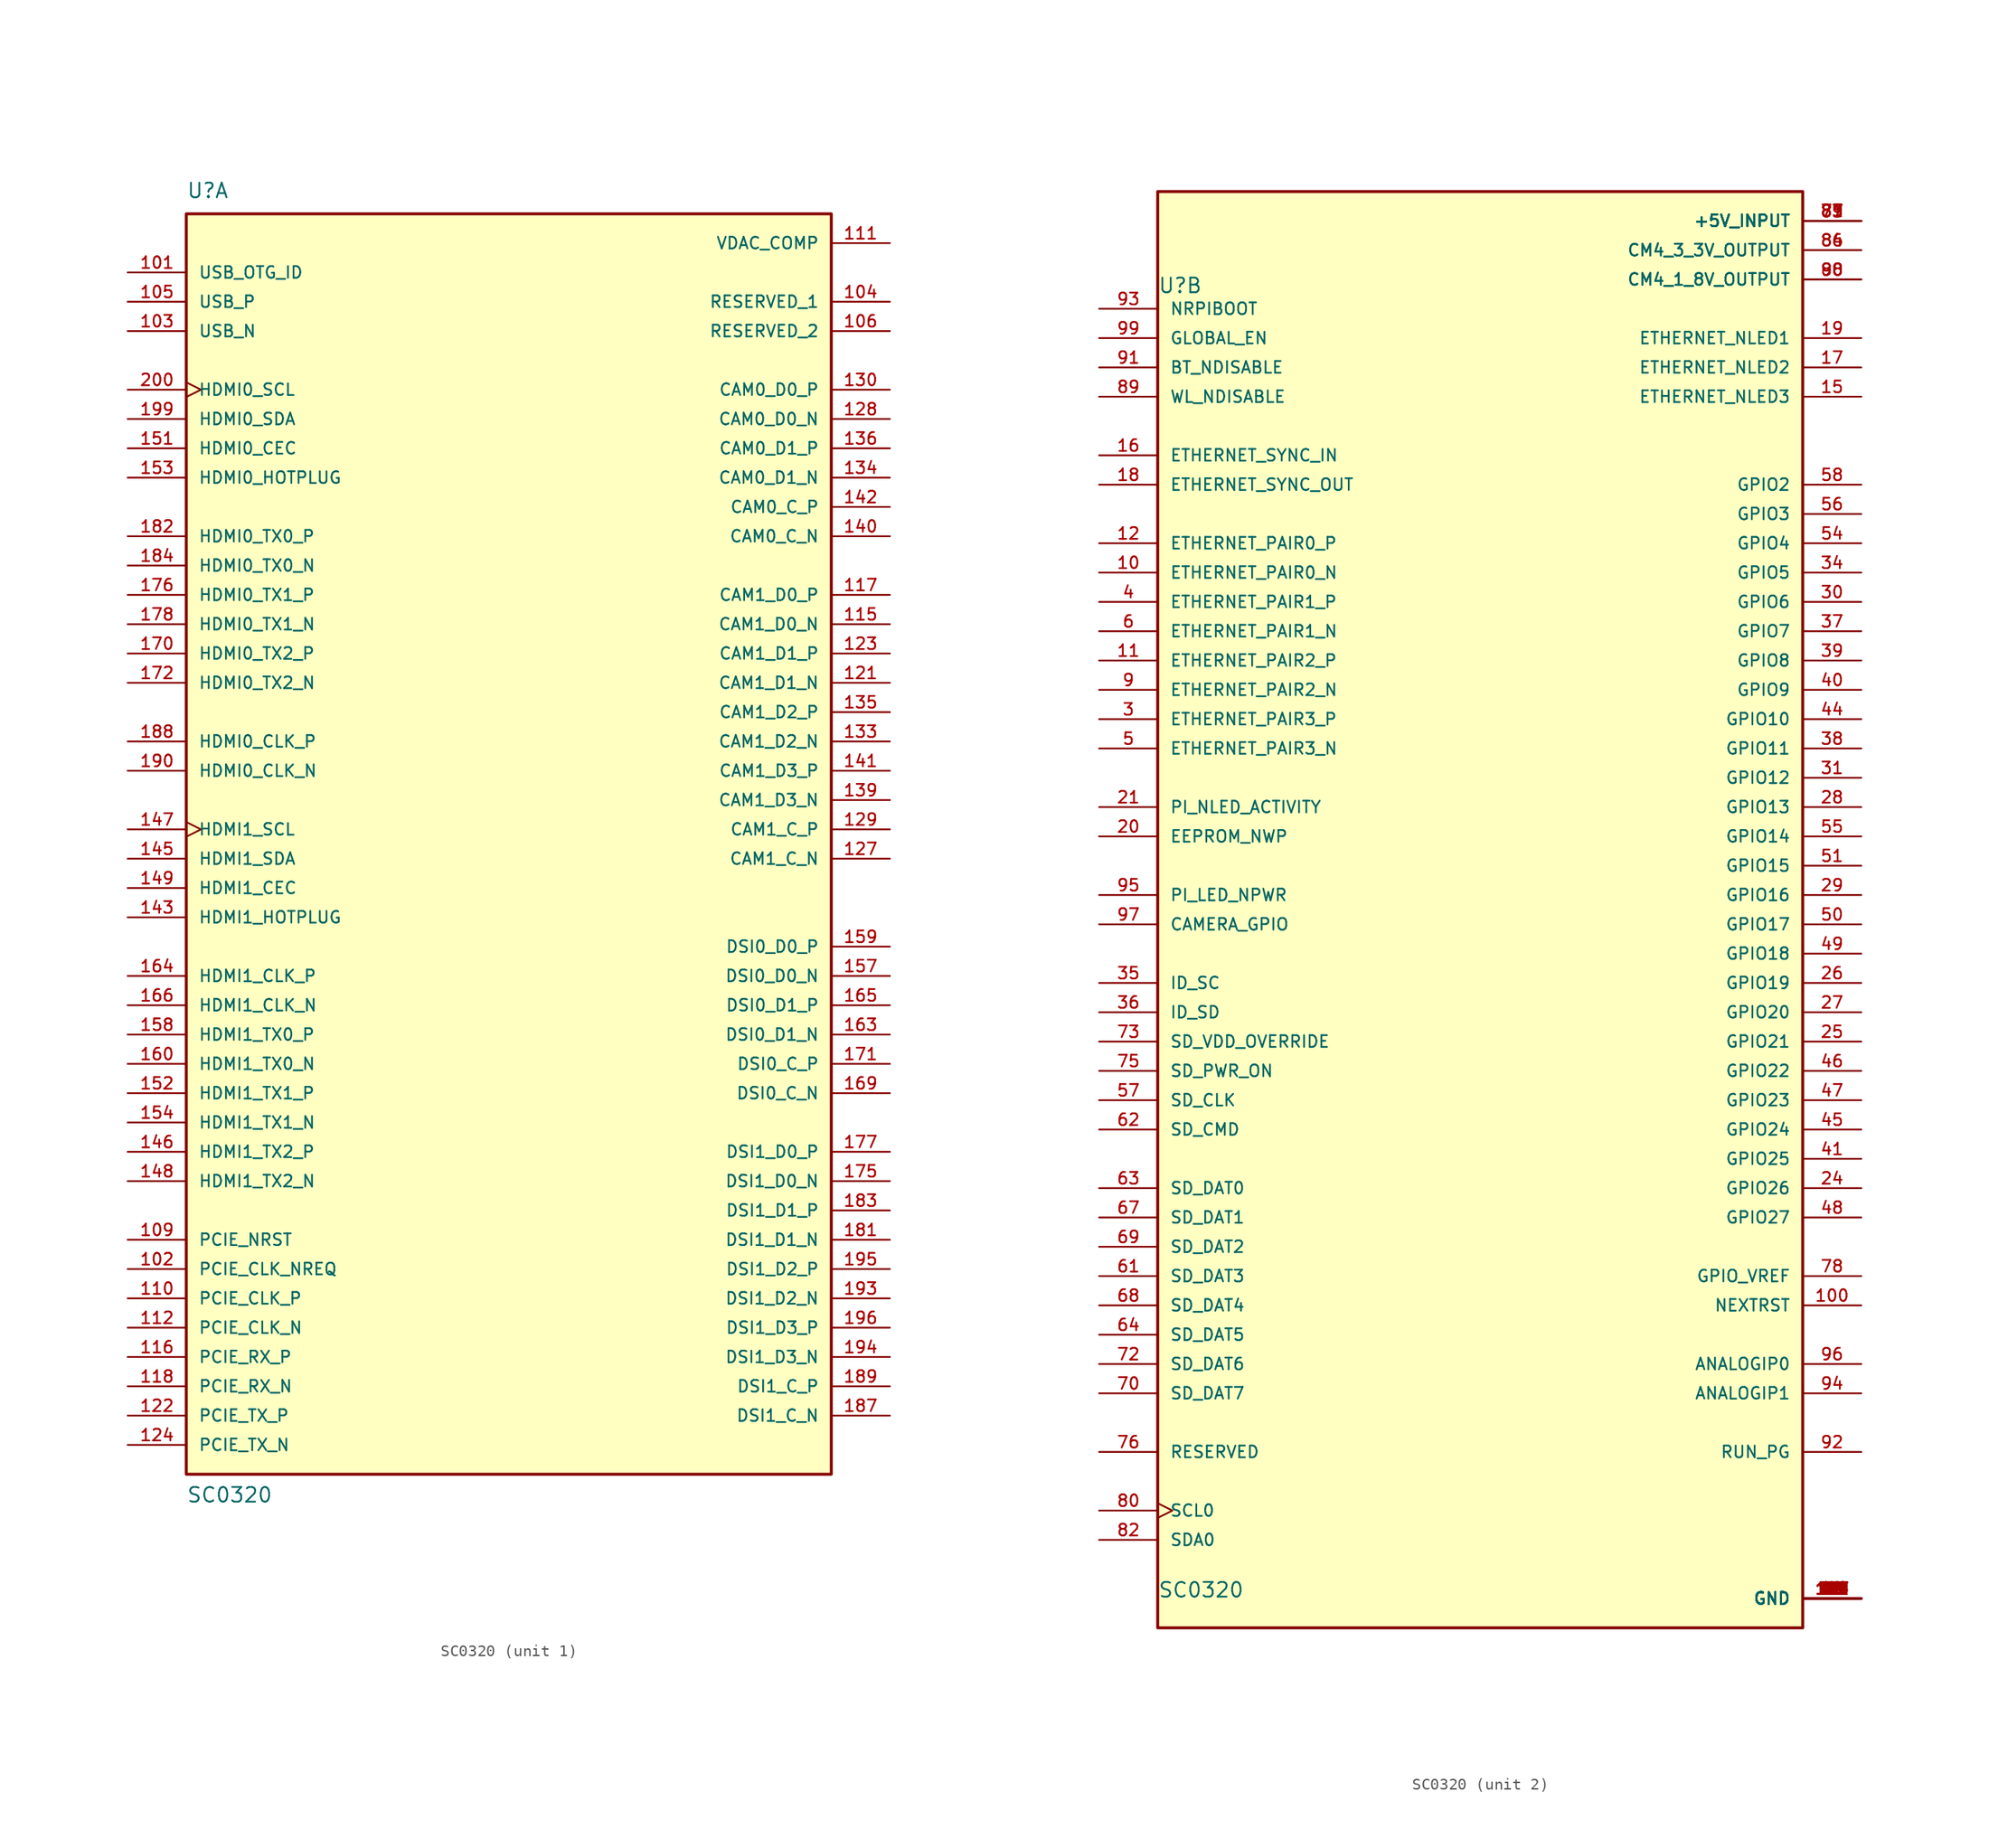
<source format=kicad_sym>
(kicad_symbol_lib
  (version 20211014)
  (generator kicad_symbol_editor)
  (symbol "SC0320"
    (pin_names
      (offset 1.016))
    (property "Reference" "U"
      (at -27.94 57.15 0)
      (effects (font (size 1.27 1.27)) (justify bottom left)))
    (property "Value" "SC0320"
      (at -27.94 -55.88 0)
      (effects (font (size 1.27 1.27)) (justify bottom left)))
    (symbol "SC0320_1_0"
      (rectangle (start -27.94 -53.34) (end 27.94 55.88) (stroke (width 0.254)) (fill (type background)))
      (pin input line (at -33.02 50.8 0) (length 5.08) (name "USB_OTG_ID" (effects (font (size 1.016 1.016)))) (number "101" (effects (font (size 1.016 1.016)))))
      (pin bidirectional line (at -33.02 -35.56 0) (length 5.08) (name "PCIE_CLK_NREQ" (effects (font (size 1.016 1.016)))) (number "102" (effects (font (size 1.016 1.016)))))
      (pin bidirectional line (at -33.02 45.72 0) (length 5.08) (name "USB_N" (effects (font (size 1.016 1.016)))) (number "103" (effects (font (size 1.016 1.016)))))
      (pin bidirectional line (at 33.02 48.26 180.0) (length 5.08) (name "RESERVED_1" (effects (font (size 1.016 1.016)))) (number "104" (effects (font (size 1.016 1.016)))))
      (pin bidirectional line (at -33.02 48.26 0) (length 5.08) (name "USB_P" (effects (font (size 1.016 1.016)))) (number "105" (effects (font (size 1.016 1.016)))))
      (pin bidirectional line (at 33.02 45.72 180.0) (length 5.08) (name "RESERVED_2" (effects (font (size 1.016 1.016)))) (number "106" (effects (font (size 1.016 1.016)))))
      (pin input line (at -33.02 -33.02 0) (length 5.08) (name "PCIE_NRST" (effects (font (size 1.016 1.016)))) (number "109" (effects (font (size 1.016 1.016)))))
      (pin output line (at -33.02 -38.1 0) (length 5.08) (name "PCIE_CLK_P" (effects (font (size 1.016 1.016)))) (number "110" (effects (font (size 1.016 1.016)))))
      (pin bidirectional line (at 33.02 53.34 180.0) (length 5.08) (name "VDAC_COMP" (effects (font (size 1.016 1.016)))) (number "111" (effects (font (size 1.016 1.016)))))
      (pin output line (at -33.02 -40.64 0) (length 5.08) (name "PCIE_CLK_N" (effects (font (size 1.016 1.016)))) (number "112" (effects (font (size 1.016 1.016)))))
      (pin input line (at 33.02 20.32 180.0) (length 5.08) (name "CAM1_D0_N" (effects (font (size 1.016 1.016)))) (number "115" (effects (font (size 1.016 1.016)))))
      (pin input line (at -33.02 -43.18 0) (length 5.08) (name "PCIE_RX_P" (effects (font (size 1.016 1.016)))) (number "116" (effects (font (size 1.016 1.016)))))
      (pin input line (at 33.02 22.86 180.0) (length 5.08) (name "CAM1_D0_P" (effects (font (size 1.016 1.016)))) (number "117" (effects (font (size 1.016 1.016)))))
      (pin input line (at -33.02 -45.72 0) (length 5.08) (name "PCIE_RX_N" (effects (font (size 1.016 1.016)))) (number "118" (effects (font (size 1.016 1.016)))))
      (pin input line (at 33.02 15.24 180.0) (length 5.08) (name "CAM1_D1_N" (effects (font (size 1.016 1.016)))) (number "121" (effects (font (size 1.016 1.016)))))
      (pin output line (at -33.02 -48.26 0) (length 5.08) (name "PCIE_TX_P" (effects (font (size 1.016 1.016)))) (number "122" (effects (font (size 1.016 1.016)))))
      (pin input line (at 33.02 17.78 180.0) (length 5.08) (name "CAM1_D1_P" (effects (font (size 1.016 1.016)))) (number "123" (effects (font (size 1.016 1.016)))))
      (pin output line (at -33.02 -50.8 0) (length 5.08) (name "PCIE_TX_N" (effects (font (size 1.016 1.016)))) (number "124" (effects (font (size 1.016 1.016)))))
      (pin input line (at 33.02 0.0 180.0) (length 5.08) (name "CAM1_C_N" (effects (font (size 1.016 1.016)))) (number "127" (effects (font (size 1.016 1.016)))))
      (pin input line (at 33.02 38.1 180.0) (length 5.08) (name "CAM0_D0_N" (effects (font (size 1.016 1.016)))) (number "128" (effects (font (size 1.016 1.016)))))
      (pin input line (at 33.02 2.54 180.0) (length 5.08) (name "CAM1_C_P" (effects (font (size 1.016 1.016)))) (number "129" (effects (font (size 1.016 1.016)))))
      (pin input line (at 33.02 40.64 180.0) (length 5.08) (name "CAM0_D0_P" (effects (font (size 1.016 1.016)))) (number "130" (effects (font (size 1.016 1.016)))))
      (pin input line (at 33.02 10.16 180.0) (length 5.08) (name "CAM1_D2_N" (effects (font (size 1.016 1.016)))) (number "133" (effects (font (size 1.016 1.016)))))
      (pin input line (at 33.02 33.02 180.0) (length 5.08) (name "CAM0_D1_N" (effects (font (size 1.016 1.016)))) (number "134" (effects (font (size 1.016 1.016)))))
      (pin input line (at 33.02 12.7 180.0) (length 5.08) (name "CAM1_D2_P" (effects (font (size 1.016 1.016)))) (number "135" (effects (font (size 1.016 1.016)))))
      (pin input line (at 33.02 35.56 180.0) (length 5.08) (name "CAM0_D1_P" (effects (font (size 1.016 1.016)))) (number "136" (effects (font (size 1.016 1.016)))))
      (pin input line (at 33.02 5.08 180.0) (length 5.08) (name "CAM1_D3_N" (effects (font (size 1.016 1.016)))) (number "139" (effects (font (size 1.016 1.016)))))
      (pin input line (at 33.02 27.94 180.0) (length 5.08) (name "CAM0_C_N" (effects (font (size 1.016 1.016)))) (number "140" (effects (font (size 1.016 1.016)))))
      (pin input line (at 33.02 7.62 180.0) (length 5.08) (name "CAM1_D3_P" (effects (font (size 1.016 1.016)))) (number "141" (effects (font (size 1.016 1.016)))))
      (pin input line (at 33.02 30.48 180.0) (length 5.08) (name "CAM0_C_P" (effects (font (size 1.016 1.016)))) (number "142" (effects (font (size 1.016 1.016)))))
      (pin input line (at -33.02 -5.08 0) (length 5.08) (name "HDMI1_HOTPLUG" (effects (font (size 1.016 1.016)))) (number "143" (effects (font (size 1.016 1.016)))))
      (pin bidirectional line (at -33.02 0.0 0) (length 5.08) (name "HDMI1_SDA" (effects (font (size 1.016 1.016)))) (number "145" (effects (font (size 1.016 1.016)))))
      (pin output line (at -33.02 -25.4 0) (length 5.08) (name "HDMI1_TX2_P" (effects (font (size 1.016 1.016)))) (number "146" (effects (font (size 1.016 1.016)))))
      (pin input clock (at -33.02 2.54 0) (length 5.08) (name "HDMI1_SCL" (effects (font (size 1.016 1.016)))) (number "147" (effects (font (size 1.016 1.016)))))
      (pin output line (at -33.02 -27.94 0) (length 5.08) (name "HDMI1_TX2_N" (effects (font (size 1.016 1.016)))) (number "148" (effects (font (size 1.016 1.016)))))
      (pin input line (at -33.02 -2.54 0) (length 5.08) (name "HDMI1_CEC" (effects (font (size 1.016 1.016)))) (number "149" (effects (font (size 1.016 1.016)))))
      (pin input line (at -33.02 35.56 0) (length 5.08) (name "HDMI0_CEC" (effects (font (size 1.016 1.016)))) (number "151" (effects (font (size 1.016 1.016)))))
      (pin output line (at -33.02 -20.32 0) (length 5.08) (name "HDMI1_TX1_P" (effects (font (size 1.016 1.016)))) (number "152" (effects (font (size 1.016 1.016)))))
      (pin input line (at -33.02 33.02 0) (length 5.08) (name "HDMI0_HOTPLUG" (effects (font (size 1.016 1.016)))) (number "153" (effects (font (size 1.016 1.016)))))
      (pin output line (at -33.02 -22.86 0) (length 5.08) (name "HDMI1_TX1_N" (effects (font (size 1.016 1.016)))) (number "154" (effects (font (size 1.016 1.016)))))
      (pin output line (at 33.02 -10.16 180.0) (length 5.08) (name "DSI0_D0_N" (effects (font (size 1.016 1.016)))) (number "157" (effects (font (size 1.016 1.016)))))
      (pin output line (at -33.02 -15.24 0) (length 5.08) (name "HDMI1_TX0_P" (effects (font (size 1.016 1.016)))) (number "158" (effects (font (size 1.016 1.016)))))
      (pin output line (at 33.02 -7.62 180.0) (length 5.08) (name "DSI0_D0_P" (effects (font (size 1.016 1.016)))) (number "159" (effects (font (size 1.016 1.016)))))
      (pin output line (at -33.02 -17.78 0) (length 5.08) (name "HDMI1_TX0_N" (effects (font (size 1.016 1.016)))) (number "160" (effects (font (size 1.016 1.016)))))
      (pin output line (at 33.02 -15.24 180.0) (length 5.08) (name "DSI0_D1_N" (effects (font (size 1.016 1.016)))) (number "163" (effects (font (size 1.016 1.016)))))
      (pin output line (at -33.02 -10.16 0) (length 5.08) (name "HDMI1_CLK_P" (effects (font (size 1.016 1.016)))) (number "164" (effects (font (size 1.016 1.016)))))
      (pin output line (at 33.02 -12.7 180.0) (length 5.08) (name "DSI0_D1_P" (effects (font (size 1.016 1.016)))) (number "165" (effects (font (size 1.016 1.016)))))
      (pin output line (at -33.02 -12.7 0) (length 5.08) (name "HDMI1_CLK_N" (effects (font (size 1.016 1.016)))) (number "166" (effects (font (size 1.016 1.016)))))
      (pin output line (at 33.02 -20.32 180.0) (length 5.08) (name "DSI0_C_N" (effects (font (size 1.016 1.016)))) (number "169" (effects (font (size 1.016 1.016)))))
      (pin output line (at -33.02 17.78 0) (length 5.08) (name "HDMI0_TX2_P" (effects (font (size 1.016 1.016)))) (number "170" (effects (font (size 1.016 1.016)))))
      (pin output line (at 33.02 -17.78 180.0) (length 5.08) (name "DSI0_C_P" (effects (font (size 1.016 1.016)))) (number "171" (effects (font (size 1.016 1.016)))))
      (pin output line (at -33.02 15.24 0) (length 5.08) (name "HDMI0_TX2_N" (effects (font (size 1.016 1.016)))) (number "172" (effects (font (size 1.016 1.016)))))
      (pin output line (at 33.02 -27.94 180.0) (length 5.08) (name "DSI1_D0_N" (effects (font (size 1.016 1.016)))) (number "175" (effects (font (size 1.016 1.016)))))
      (pin output line (at -33.02 22.86 0) (length 5.08) (name "HDMI0_TX1_P" (effects (font (size 1.016 1.016)))) (number "176" (effects (font (size 1.016 1.016)))))
      (pin output line (at 33.02 -25.4 180.0) (length 5.08) (name "DSI1_D0_P" (effects (font (size 1.016 1.016)))) (number "177" (effects (font (size 1.016 1.016)))))
      (pin output line (at -33.02 20.32 0) (length 5.08) (name "HDMI0_TX1_N" (effects (font (size 1.016 1.016)))) (number "178" (effects (font (size 1.016 1.016)))))
      (pin output line (at 33.02 -33.02 180.0) (length 5.08) (name "DSI1_D1_N" (effects (font (size 1.016 1.016)))) (number "181" (effects (font (size 1.016 1.016)))))
      (pin output line (at -33.02 27.94 0) (length 5.08) (name "HDMI0_TX0_P" (effects (font (size 1.016 1.016)))) (number "182" (effects (font (size 1.016 1.016)))))
      (pin output line (at 33.02 -30.48 180.0) (length 5.08) (name "DSI1_D1_P" (effects (font (size 1.016 1.016)))) (number "183" (effects (font (size 1.016 1.016)))))
      (pin output line (at -33.02 25.4 0) (length 5.08) (name "HDMI0_TX0_N" (effects (font (size 1.016 1.016)))) (number "184" (effects (font (size 1.016 1.016)))))
      (pin output line (at 33.02 -48.26 180.0) (length 5.08) (name "DSI1_C_N" (effects (font (size 1.016 1.016)))) (number "187" (effects (font (size 1.016 1.016)))))
      (pin bidirectional line (at -33.02 10.16 0) (length 5.08) (name "HDMI0_CLK_P" (effects (font (size 1.016 1.016)))) (number "188" (effects (font (size 1.016 1.016)))))
      (pin output line (at 33.02 -45.72 180.0) (length 5.08) (name "DSI1_C_P" (effects (font (size 1.016 1.016)))) (number "189" (effects (font (size 1.016 1.016)))))
      (pin bidirectional line (at -33.02 7.62 0) (length 5.08) (name "HDMI0_CLK_N" (effects (font (size 1.016 1.016)))) (number "190" (effects (font (size 1.016 1.016)))))
      (pin output line (at 33.02 -38.1 180.0) (length 5.08) (name "DSI1_D2_N" (effects (font (size 1.016 1.016)))) (number "193" (effects (font (size 1.016 1.016)))))
      (pin output line (at 33.02 -43.18 180.0) (length 5.08) (name "DSI1_D3_N" (effects (font (size 1.016 1.016)))) (number "194" (effects (font (size 1.016 1.016)))))
      (pin output line (at 33.02 -35.56 180.0) (length 5.08) (name "DSI1_D2_P" (effects (font (size 1.016 1.016)))) (number "195" (effects (font (size 1.016 1.016)))))
      (pin output line (at 33.02 -40.64 180.0) (length 5.08) (name "DSI1_D3_P" (effects (font (size 1.016 1.016)))) (number "196" (effects (font (size 1.016 1.016)))))
      (pin bidirectional line (at -33.02 38.1 0) (length 5.08) (name "HDMI0_SDA" (effects (font (size 1.016 1.016)))) (number "199" (effects (font (size 1.016 1.016)))))
      (pin input clock (at -33.02 40.64 0) (length 5.08) (name "HDMI0_SCL" (effects (font (size 1.016 1.016)))) (number "200" (effects (font (size 1.016 1.016))))))
    (symbol "SC0320_2_0"
      (rectangle (start -27.94 -58.42) (end 27.94 66.04) (stroke (width 0.254)) (fill (type background)))
      (pin bidirectional line (at -33.02 20.32 0) (length 5.08) (name "ETHERNET_PAIR3_P" (effects (font (size 1.016 1.016)))) (number "3" (effects (font (size 1.016 1.016)))))
      (pin bidirectional line (at -33.02 30.48 0) (length 5.08) (name "ETHERNET_PAIR1_P" (effects (font (size 1.016 1.016)))) (number "4" (effects (font (size 1.016 1.016)))))
      (pin bidirectional line (at -33.02 17.78 0) (length 5.08) (name "ETHERNET_PAIR3_N" (effects (font (size 1.016 1.016)))) (number "5" (effects (font (size 1.016 1.016)))))
      (pin bidirectional line (at -33.02 27.94 0) (length 5.08) (name "ETHERNET_PAIR1_N" (effects (font (size 1.016 1.016)))) (number "6" (effects (font (size 1.016 1.016)))))
      (pin bidirectional line (at -33.02 22.86 0) (length 5.08) (name "ETHERNET_PAIR2_N" (effects (font (size 1.016 1.016)))) (number "9" (effects (font (size 1.016 1.016)))))
      (pin bidirectional line (at -33.02 33.02 0) (length 5.08) (name "ETHERNET_PAIR0_N" (effects (font (size 1.016 1.016)))) (number "10" (effects (font (size 1.016 1.016)))))
      (pin bidirectional line (at -33.02 25.4 0) (length 5.08) (name "ETHERNET_PAIR2_P" (effects (font (size 1.016 1.016)))) (number "11" (effects (font (size 1.016 1.016)))))
      (pin bidirectional line (at -33.02 35.56 0) (length 5.08) (name "ETHERNET_PAIR0_P" (effects (font (size 1.016 1.016)))) (number "12" (effects (font (size 1.016 1.016)))))
      (pin output line (at 33.02 48.26 180.0) (length 5.08) (name "ETHERNET_NLED3" (effects (font (size 1.016 1.016)))) (number "15" (effects (font (size 1.016 1.016)))))
      (pin input line (at -33.02 43.18 0) (length 5.08) (name "ETHERNET_SYNC_IN" (effects (font (size 1.016 1.016)))) (number "16" (effects (font (size 1.016 1.016)))))
      (pin output line (at 33.02 50.8 180.0) (length 5.08) (name "ETHERNET_NLED2" (effects (font (size 1.016 1.016)))) (number "17" (effects (font (size 1.016 1.016)))))
      (pin output line (at -33.02 40.64 0) (length 5.08) (name "ETHERNET_SYNC_OUT" (effects (font (size 1.016 1.016)))) (number "18" (effects (font (size 1.016 1.016)))))
      (pin output line (at 33.02 53.34 180.0) (length 5.08) (name "ETHERNET_NLED1" (effects (font (size 1.016 1.016)))) (number "19" (effects (font (size 1.016 1.016)))))
      (pin passive line (at -33.02 10.16 0) (length 5.08) (name "EEPROM_NWP" (effects (font (size 1.016 1.016)))) (number "20" (effects (font (size 1.016 1.016)))))
      (pin bidirectional line (at -33.02 12.7 0) (length 5.08) (name "PI_NLED_ACTIVITY" (effects (font (size 1.016 1.016)))) (number "21" (effects (font (size 1.016 1.016)))))
      (pin bidirectional line (at 33.02 -20.32 180.0) (length 5.08) (name "GPIO26" (effects (font (size 1.016 1.016)))) (number "24" (effects (font (size 1.016 1.016)))))
      (pin bidirectional line (at 33.02 -7.62 180.0) (length 5.08) (name "GPIO21" (effects (font (size 1.016 1.016)))) (number "25" (effects (font (size 1.016 1.016)))))
      (pin bidirectional line (at 33.02 -2.54 180.0) (length 5.08) (name "GPIO19" (effects (font (size 1.016 1.016)))) (number "26" (effects (font (size 1.016 1.016)))))
      (pin bidirectional line (at 33.02 -5.08 180.0) (length 5.08) (name "GPIO20" (effects (font (size 1.016 1.016)))) (number "27" (effects (font (size 1.016 1.016)))))
      (pin bidirectional line (at 33.02 12.7 180.0) (length 5.08) (name "GPIO13" (effects (font (size 1.016 1.016)))) (number "28" (effects (font (size 1.016 1.016)))))
      (pin bidirectional line (at 33.02 5.08 180.0) (length 5.08) (name "GPIO16" (effects (font (size 1.016 1.016)))) (number "29" (effects (font (size 1.016 1.016)))))
      (pin bidirectional line (at 33.02 30.48 180.0) (length 5.08) (name "GPIO6" (effects (font (size 1.016 1.016)))) (number "30" (effects (font (size 1.016 1.016)))))
      (pin bidirectional line (at 33.02 15.24 180.0) (length 5.08) (name "GPIO12" (effects (font (size 1.016 1.016)))) (number "31" (effects (font (size 1.016 1.016)))))
      (pin bidirectional line (at 33.02 33.02 180.0) (length 5.08) (name "GPIO5" (effects (font (size 1.016 1.016)))) (number "34" (effects (font (size 1.016 1.016)))))
      (pin bidirectional line (at -33.02 -2.54 0) (length 5.08) (name "ID_SC" (effects (font (size 1.016 1.016)))) (number "35" (effects (font (size 1.016 1.016)))))
      (pin bidirectional line (at -33.02 -5.08 0) (length 5.08) (name "ID_SD" (effects (font (size 1.016 1.016)))) (number "36" (effects (font (size 1.016 1.016)))))
      (pin bidirectional line (at 33.02 27.94 180.0) (length 5.08) (name "GPIO7" (effects (font (size 1.016 1.016)))) (number "37" (effects (font (size 1.016 1.016)))))
      (pin bidirectional line (at 33.02 17.78 180.0) (length 5.08) (name "GPIO11" (effects (font (size 1.016 1.016)))) (number "38" (effects (font (size 1.016 1.016)))))
      (pin bidirectional line (at 33.02 25.4 180.0) (length 5.08) (name "GPIO8" (effects (font (size 1.016 1.016)))) (number "39" (effects (font (size 1.016 1.016)))))
      (pin bidirectional line (at 33.02 22.86 180.0) (length 5.08) (name "GPIO9" (effects (font (size 1.016 1.016)))) (number "40" (effects (font (size 1.016 1.016)))))
      (pin bidirectional line (at 33.02 -17.78 180.0) (length 5.08) (name "GPIO25" (effects (font (size 1.016 1.016)))) (number "41" (effects (font (size 1.016 1.016)))))
      (pin bidirectional line (at 33.02 20.32 180.0) (length 5.08) (name "GPIO10" (effects (font (size 1.016 1.016)))) (number "44" (effects (font (size 1.016 1.016)))))
      (pin bidirectional line (at 33.02 -15.24 180.0) (length 5.08) (name "GPIO24" (effects (font (size 1.016 1.016)))) (number "45" (effects (font (size 1.016 1.016)))))
      (pin bidirectional line (at 33.02 -10.16 180.0) (length 5.08) (name "GPIO22" (effects (font (size 1.016 1.016)))) (number "46" (effects (font (size 1.016 1.016)))))
      (pin bidirectional line (at 33.02 -12.7 180.0) (length 5.08) (name "GPIO23" (effects (font (size 1.016 1.016)))) (number "47" (effects (font (size 1.016 1.016)))))
      (pin bidirectional line (at 33.02 -22.86 180.0) (length 5.08) (name "GPIO27" (effects (font (size 1.016 1.016)))) (number "48" (effects (font (size 1.016 1.016)))))
      (pin bidirectional line (at 33.02 0.0 180.0) (length 5.08) (name "GPIO18" (effects (font (size 1.016 1.016)))) (number "49" (effects (font (size 1.016 1.016)))))
      (pin bidirectional line (at 33.02 2.54 180.0) (length 5.08) (name "GPIO17" (effects (font (size 1.016 1.016)))) (number "50" (effects (font (size 1.016 1.016)))))
      (pin bidirectional line (at 33.02 7.62 180.0) (length 5.08) (name "GPIO15" (effects (font (size 1.016 1.016)))) (number "51" (effects (font (size 1.016 1.016)))))
      (pin bidirectional line (at 33.02 35.56 180.0) (length 5.08) (name "GPIO4" (effects (font (size 1.016 1.016)))) (number "54" (effects (font (size 1.016 1.016)))))
      (pin bidirectional line (at 33.02 10.16 180.0) (length 5.08) (name "GPIO14" (effects (font (size 1.016 1.016)))) (number "55" (effects (font (size 1.016 1.016)))))
      (pin bidirectional line (at 33.02 38.1 180.0) (length 5.08) (name "GPIO3" (effects (font (size 1.016 1.016)))) (number "56" (effects (font (size 1.016 1.016)))))
      (pin bidirectional line (at -33.02 -12.7 0) (length 5.08) (name "SD_CLK" (effects (font (size 1.016 1.016)))) (number "57" (effects (font (size 1.016 1.016)))))
      (pin bidirectional line (at 33.02 40.64 180.0) (length 5.08) (name "GPIO2" (effects (font (size 1.016 1.016)))) (number "58" (effects (font (size 1.016 1.016)))))
      (pin bidirectional line (at -33.02 -27.94 0) (length 5.08) (name "SD_DAT3" (effects (font (size 1.016 1.016)))) (number "61" (effects (font (size 1.016 1.016)))))
      (pin bidirectional line (at -33.02 -15.24 0) (length 5.08) (name "SD_CMD" (effects (font (size 1.016 1.016)))) (number "62" (effects (font (size 1.016 1.016)))))
      (pin bidirectional line (at -33.02 -20.32 0) (length 5.08) (name "SD_DAT0" (effects (font (size 1.016 1.016)))) (number "63" (effects (font (size 1.016 1.016)))))
      (pin bidirectional line (at -33.02 -33.02 0) (length 5.08) (name "SD_DAT5" (effects (font (size 1.016 1.016)))) (number "64" (effects (font (size 1.016 1.016)))))
      (pin bidirectional line (at -33.02 -22.86 0) (length 5.08) (name "SD_DAT1" (effects (font (size 1.016 1.016)))) (number "67" (effects (font (size 1.016 1.016)))))
      (pin bidirectional line (at -33.02 -30.48 0) (length 5.08) (name "SD_DAT4" (effects (font (size 1.016 1.016)))) (number "68" (effects (font (size 1.016 1.016)))))
      (pin bidirectional line (at -33.02 -25.4 0) (length 5.08) (name "SD_DAT2" (effects (font (size 1.016 1.016)))) (number "69" (effects (font (size 1.016 1.016)))))
      (pin bidirectional line (at -33.02 -38.1 0) (length 5.08) (name "SD_DAT7" (effects (font (size 1.016 1.016)))) (number "70" (effects (font (size 1.016 1.016)))))
      (pin bidirectional line (at -33.02 -35.56 0) (length 5.08) (name "SD_DAT6" (effects (font (size 1.016 1.016)))) (number "72" (effects (font (size 1.016 1.016)))))
      (pin bidirectional line (at -33.02 -7.62 0) (length 5.08) (name "SD_VDD_OVERRIDE" (effects (font (size 1.016 1.016)))) (number "73" (effects (font (size 1.016 1.016)))))
      (pin bidirectional line (at -33.02 -10.16 0) (length 5.08) (name "SD_PWR_ON" (effects (font (size 1.016 1.016)))) (number "75" (effects (font (size 1.016 1.016)))))
      (pin bidirectional line (at -33.02 -43.18 0) (length 5.08) (name "RESERVED" (effects (font (size 1.016 1.016)))) (number "76" (effects (font (size 1.016 1.016)))))
      (pin bidirectional line (at 33.02 -27.94 180.0) (length 5.08) (name "GPIO_VREF" (effects (font (size 1.016 1.016)))) (number "78" (effects (font (size 1.016 1.016)))))
      (pin bidirectional clock (at -33.02 -48.26 0) (length 5.08) (name "SCL0" (effects (font (size 1.016 1.016)))) (number "80" (effects (font (size 1.016 1.016)))))
      (pin bidirectional line (at -33.02 -50.8 0) (length 5.08) (name "SDA0" (effects (font (size 1.016 1.016)))) (number "82" (effects (font (size 1.016 1.016)))))
      (pin power_in line (at 33.02 60.96 180.0) (length 5.08) (name "CM4_3_3V_OUTPUT" (effects (font (size 1.016 1.016)))) (number "84" (effects (font (size 1.016 1.016)))))
      (pin power_in line (at 33.02 60.96 180.0) (length 5.08) (name "CM4_3_3V_OUTPUT" (effects (font (size 1.016 1.016)))) (number "86" (effects (font (size 1.016 1.016)))))
      (pin power_in line (at 33.02 58.42 180.0) (length 5.08) (name "CM4_1_8V_OUTPUT" (effects (font (size 1.016 1.016)))) (number "88" (effects (font (size 1.016 1.016)))))
      (pin power_in line (at 33.02 58.42 180.0) (length 5.08) (name "CM4_1_8V_OUTPUT" (effects (font (size 1.016 1.016)))) (number "90" (effects (font (size 1.016 1.016)))))
      (pin input line (at -33.02 48.26 0) (length 5.08) (name "WL_NDISABLE" (effects (font (size 1.016 1.016)))) (number "89" (effects (font (size 1.016 1.016)))))
      (pin input line (at -33.02 50.8 0) (length 5.08) (name "BT_NDISABLE" (effects (font (size 1.016 1.016)))) (number "91" (effects (font (size 1.016 1.016)))))
      (pin bidirectional line (at 33.02 -43.18 180.0) (length 5.08) (name "RUN_PG" (effects (font (size 1.016 1.016)))) (number "92" (effects (font (size 1.016 1.016)))))
      (pin input line (at -33.02 55.88 0) (length 5.08) (name "NRPIBOOT" (effects (font (size 1.016 1.016)))) (number "93" (effects (font (size 1.016 1.016)))))
      (pin input line (at 33.02 -38.1 180.0) (length 5.08) (name "ANALOGIP1" (effects (font (size 1.016 1.016)))) (number "94" (effects (font (size 1.016 1.016)))))
      (pin bidirectional line (at -33.02 5.08 0) (length 5.08) (name "PI_LED_NPWR" (effects (font (size 1.016 1.016)))) (number "95" (effects (font (size 1.016 1.016)))))
      (pin input line (at 33.02 -35.56 180.0) (length 5.08) (name "ANALOGIP0" (effects (font (size 1.016 1.016)))) (number "96" (effects (font (size 1.016 1.016)))))
      (pin bidirectional line (at -33.02 2.54 0) (length 5.08) (name "CAMERA_GPIO" (effects (font (size 1.016 1.016)))) (number "97" (effects (font (size 1.016 1.016)))))
      (pin input line (at -33.02 53.34 0) (length 5.08) (name "GLOBAL_EN" (effects (font (size 1.016 1.016)))) (number "99" (effects (font (size 1.016 1.016)))))
      (pin output line (at 33.02 -30.48 180.0) (length 5.08) (name "NEXTRST" (effects (font (size 1.016 1.016)))) (number "100" (effects (font (size 1.016 1.016)))))
      (pin power_in line (at 33.02 63.5 180.0) (length 5.08) (name "+5V_INPUT" (effects (font (size 1.016 1.016)))) (number "77" (effects (font (size 1.016 1.016)))))
      (pin power_in line (at 33.02 63.5 180.0) (length 5.08) (name "+5V_INPUT" (effects (font (size 1.016 1.016)))) (number "79" (effects (font (size 1.016 1.016)))))
      (pin power_in line (at 33.02 63.5 180.0) (length 5.08) (name "+5V_INPUT" (effects (font (size 1.016 1.016)))) (number "81" (effects (font (size 1.016 1.016)))))
      (pin power_in line (at 33.02 63.5 180.0) (length 5.08) (name "+5V_INPUT" (effects (font (size 1.016 1.016)))) (number "83" (effects (font (size 1.016 1.016)))))
      (pin power_in line (at 33.02 63.5 180.0) (length 5.08) (name "+5V_INPUT" (effects (font (size 1.016 1.016)))) (number "85" (effects (font (size 1.016 1.016)))))
      (pin power_in line (at 33.02 63.5 180.0) (length 5.08) (name "+5V_INPUT" (effects (font (size 1.016 1.016)))) (number "87" (effects (font (size 1.016 1.016)))))
      (pin power_in line (at 33.02 -55.88 180.0) (length 5.08) (name "GND" (effects (font (size 1.016 1.016)))) (number "1" (effects (font (size 1.016 1.016)))))
      (pin power_in line (at 33.02 -55.88 180.0) (length 5.08) (name "GND" (effects (font (size 1.016 1.016)))) (number "2" (effects (font (size 1.016 1.016)))))
      (pin power_in line (at 33.02 -55.88 180.0) (length 5.08) (name "GND" (effects (font (size 1.016 1.016)))) (number "7" (effects (font (size 1.016 1.016)))))
      (pin power_in line (at 33.02 -55.88 180.0) (length 5.08) (name "GND" (effects (font (size 1.016 1.016)))) (number "8" (effects (font (size 1.016 1.016)))))
      (pin power_in line (at 33.02 -55.88 180.0) (length 5.08) (name "GND" (effects (font (size 1.016 1.016)))) (number "13" (effects (font (size 1.016 1.016)))))
      (pin power_in line (at 33.02 -55.88 180.0) (length 5.08) (name "GND" (effects (font (size 1.016 1.016)))) (number "14" (effects (font (size 1.016 1.016)))))
      (pin power_in line (at 33.02 -55.88 180.0) (length 5.08) (name "GND" (effects (font (size 1.016 1.016)))) (number "22" (effects (font (size 1.016 1.016)))))
      (pin power_in line (at 33.02 -55.88 180.0) (length 5.08) (name "GND" (effects (font (size 1.016 1.016)))) (number "23" (effects (font (size 1.016 1.016)))))
      (pin power_in line (at 33.02 -55.88 180.0) (length 5.08) (name "GND" (effects (font (size 1.016 1.016)))) (number "32" (effects (font (size 1.016 1.016)))))
      (pin power_in line (at 33.02 -55.88 180.0) (length 5.08) (name "GND" (effects (font (size 1.016 1.016)))) (number "33" (effects (font (size 1.016 1.016)))))
      (pin power_in line (at 33.02 -55.88 180.0) (length 5.08) (name "GND" (effects (font (size 1.016 1.016)))) (number "42" (effects (font (size 1.016 1.016)))))
      (pin power_in line (at 33.02 -55.88 180.0) (length 5.08) (name "GND" (effects (font (size 1.016 1.016)))) (number "43" (effects (font (size 1.016 1.016)))))
      (pin power_in line (at 33.02 -55.88 180.0) (length 5.08) (name "GND" (effects (font (size 1.016 1.016)))) (number "52" (effects (font (size 1.016 1.016)))))
      (pin power_in line (at 33.02 -55.88 180.0) (length 5.08) (name "GND" (effects (font (size 1.016 1.016)))) (number "53" (effects (font (size 1.016 1.016)))))
      (pin power_in line (at 33.02 -55.88 180.0) (length 5.08) (name "GND" (effects (font (size 1.016 1.016)))) (number "59" (effects (font (size 1.016 1.016)))))
      (pin power_in line (at 33.02 -55.88 180.0) (length 5.08) (name "GND" (effects (font (size 1.016 1.016)))) (number "60" (effects (font (size 1.016 1.016)))))
      (pin power_in line (at 33.02 -55.88 180.0) (length 5.08) (name "GND" (effects (font (size 1.016 1.016)))) (number "65" (effects (font (size 1.016 1.016)))))
      (pin power_in line (at 33.02 -55.88 180.0) (length 5.08) (name "GND" (effects (font (size 1.016 1.016)))) (number "66" (effects (font (size 1.016 1.016)))))
      (pin power_in line (at 33.02 -55.88 180.0) (length 5.08) (name "GND" (effects (font (size 1.016 1.016)))) (number "71" (effects (font (size 1.016 1.016)))))
      (pin power_in line (at 33.02 -55.88 180.0) (length 5.08) (name "GND" (effects (font (size 1.016 1.016)))) (number "74" (effects (font (size 1.016 1.016)))))
      (pin power_in line (at 33.02 -55.88 180.0) (length 5.08) (name "GND" (effects (font (size 1.016 1.016)))) (number "98" (effects (font (size 1.016 1.016)))))
      (pin power_in line (at 33.02 -55.88 180.0) (length 5.08) (name "GND" (effects (font (size 1.016 1.016)))) (number "107" (effects (font (size 1.016 1.016)))))
      (pin power_in line (at 33.02 -55.88 180.0) (length 5.08) (name "GND" (effects (font (size 1.016 1.016)))) (number "108" (effects (font (size 1.016 1.016)))))
      (pin power_in line (at 33.02 -55.88 180.0) (length 5.08) (name "GND" (effects (font (size 1.016 1.016)))) (number "113" (effects (font (size 1.016 1.016)))))
      (pin power_in line (at 33.02 -55.88 180.0) (length 5.08) (name "GND" (effects (font (size 1.016 1.016)))) (number "114" (effects (font (size 1.016 1.016)))))
      (pin power_in line (at 33.02 -55.88 180.0) (length 5.08) (name "GND" (effects (font (size 1.016 1.016)))) (number "119" (effects (font (size 1.016 1.016)))))
      (pin power_in line (at 33.02 -55.88 180.0) (length 5.08) (name "GND" (effects (font (size 1.016 1.016)))) (number "120" (effects (font (size 1.016 1.016)))))
      (pin power_in line (at 33.02 -55.88 180.0) (length 5.08) (name "GND" (effects (font (size 1.016 1.016)))) (number "125" (effects (font (size 1.016 1.016)))))
      (pin power_in line (at 33.02 -55.88 180.0) (length 5.08) (name "GND" (effects (font (size 1.016 1.016)))) (number "126" (effects (font (size 1.016 1.016)))))
      (pin power_in line (at 33.02 -55.88 180.0) (length 5.08) (name "GND" (effects (font (size 1.016 1.016)))) (number "131" (effects (font (size 1.016 1.016)))))
      (pin power_in line (at 33.02 -55.88 180.0) (length 5.08) (name "GND" (effects (font (size 1.016 1.016)))) (number "132" (effects (font (size 1.016 1.016)))))
      (pin power_in line (at 33.02 -55.88 180.0) (length 5.08) (name "GND" (effects (font (size 1.016 1.016)))) (number "137" (effects (font (size 1.016 1.016)))))
      (pin power_in line (at 33.02 -55.88 180.0) (length 5.08) (name "GND" (effects (font (size 1.016 1.016)))) (number "138" (effects (font (size 1.016 1.016)))))
      (pin power_in line (at 33.02 -55.88 180.0) (length 5.08) (name "GND" (effects (font (size 1.016 1.016)))) (number "144" (effects (font (size 1.016 1.016)))))
      (pin power_in line (at 33.02 -55.88 180.0) (length 5.08) (name "GND" (effects (font (size 1.016 1.016)))) (number "150" (effects (font (size 1.016 1.016)))))
      (pin power_in line (at 33.02 -55.88 180.0) (length 5.08) (name "GND" (effects (font (size 1.016 1.016)))) (number "155" (effects (font (size 1.016 1.016)))))
      (pin power_in line (at 33.02 -55.88 180.0) (length 5.08) (name "GND" (effects (font (size 1.016 1.016)))) (number "156" (effects (font (size 1.016 1.016)))))
      (pin power_in line (at 33.02 -55.88 180.0) (length 5.08) (name "GND" (effects (font (size 1.016 1.016)))) (number "161" (effects (font (size 1.016 1.016)))))
      (pin power_in line (at 33.02 -55.88 180.0) (length 5.08) (name "GND" (effects (font (size 1.016 1.016)))) (number "162" (effects (font (size 1.016 1.016)))))
      (pin power_in line (at 33.02 -55.88 180.0) (length 5.08) (name "GND" (effects (font (size 1.016 1.016)))) (number "167" (effects (font (size 1.016 1.016)))))
      (pin power_in line (at 33.02 -55.88 180.0) (length 5.08) (name "GND" (effects (font (size 1.016 1.016)))) (number "168" (effects (font (size 1.016 1.016)))))
      (pin power_in line (at 33.02 -55.88 180.0) (length 5.08) (name "GND" (effects (font (size 1.016 1.016)))) (number "173" (effects (font (size 1.016 1.016)))))
      (pin power_in line (at 33.02 -55.88 180.0) (length 5.08) (name "GND" (effects (font (size 1.016 1.016)))) (number "174" (effects (font (size 1.016 1.016)))))
      (pin power_in line (at 33.02 -55.88 180.0) (length 5.08) (name "GND" (effects (font (size 1.016 1.016)))) (number "179" (effects (font (size 1.016 1.016)))))
      (pin power_in line (at 33.02 -55.88 180.0) (length 5.08) (name "GND" (effects (font (size 1.016 1.016)))) (number "180" (effects (font (size 1.016 1.016)))))
      (pin power_in line (at 33.02 -55.88 180.0) (length 5.08) (name "GND" (effects (font (size 1.016 1.016)))) (number "185" (effects (font (size 1.016 1.016)))))
      (pin power_in line (at 33.02 -55.88 180.0) (length 5.08) (name "GND" (effects (font (size 1.016 1.016)))) (number "186" (effects (font (size 1.016 1.016)))))
      (pin power_in line (at 33.02 -55.88 180.0) (length 5.08) (name "GND" (effects (font (size 1.016 1.016)))) (number "191" (effects (font (size 1.016 1.016)))))
      (pin power_in line (at 33.02 -55.88 180.0) (length 5.08) (name "GND" (effects (font (size 1.016 1.016)))) (number "192" (effects (font (size 1.016 1.016)))))
      (pin power_in line (at 33.02 -55.88 180.0) (length 5.08) (name "GND" (effects (font (size 1.016 1.016)))) (number "197" (effects (font (size 1.016 1.016)))))
      (pin power_in line (at 33.02 -55.88 180.0) (length 5.08) (name "GND" (effects (font (size 1.016 1.016)))) (number "198" (effects (font (size 1.016 1.016))))))))
</source>
